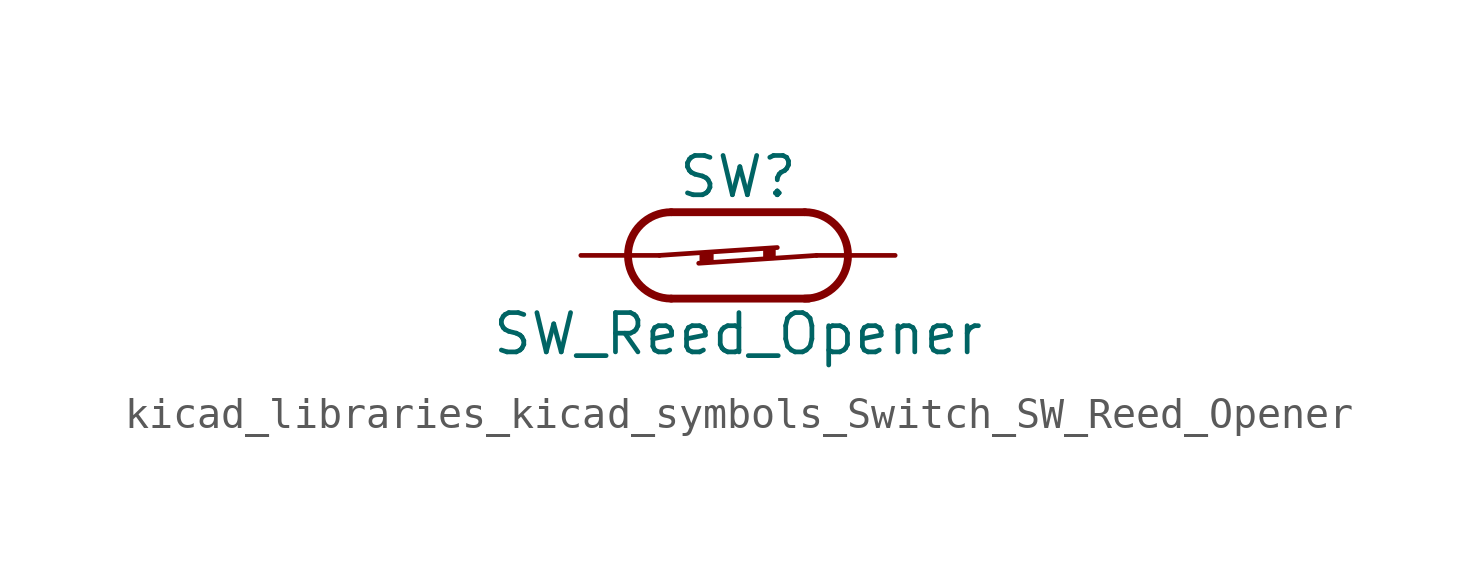
<source format=kicad_sym>
(kicad_symbol_lib
  (version 20220914)
  (generator kicad_symbol_editor)
  (symbol "kicad_libraries_kicad_symbols_Switch_SW_Reed_Opener"
    (pin_numbers hide)
    (pin_names
      (offset 0) hide)
    (property "Reference" "SW"
      (at 0 2.54 0)
      (effects (font (size 1.27 1.27))))
    (property "Value" "SW_Reed_Opener"
      (at 0 -2.54 0)
      (effects (font (size 1.27 1.27))))
    (symbol "kicad_libraries_kicad_symbols_Switch_SW_Reed_Opener_0_0"
      (arc (start -2.159 1.397) (mid -3.55 0) (end -2.159 -1.397) (stroke (width 0.254) (type default)) (fill (type none)))
      (polyline (pts (xy -2.54 0) (xy 1.27 0.254)) (stroke (width 0) (type default)) (fill (type none)))
      (polyline (pts (xy -2.159 -1.397) (xy 2.286 -1.397)) (stroke (width 0.254) (type default)) (fill (type none)))
      (polyline (pts (xy 2.159 1.397) (xy -2.159 1.397)) (stroke (width 0.254) (type default)) (fill (type none)))
      (polyline (pts (xy 2.54 0) (xy -1.27 -0.254)) (stroke (width 0) (type default)) (fill (type none)))
      (arc (start 2.159 -1.397) (mid 3.55 0) (end 2.159 1.397) (stroke (width 0.254) (type default)) (fill (type none))))
    (symbol "kicad_libraries_kicad_symbols_Switch_SW_Reed_Opener_0_1"
      (rectangle (start -1.168 0.051) (end -0.864 -0.203) (stroke (width 0) (type default)) (fill (type outline)))
      (rectangle (start 0.889 0.178) (end 1.143 -0.076) (stroke (width 0) (type default)) (fill (type outline))))
    (symbol "kicad_libraries_kicad_symbols_Switch_SW_Reed_Opener_1_1"
      (pin passive line (at -5.08 0 0) (length 2.54) (name "1" (effects (font (size 1.27 1.27)))) (number "1" (effects (font (size 1.27 1.27)))))
      (pin passive line (at 5.08 0 180) (length 2.54) (name "2" (effects (font (size 1.27 1.27)))) (number "2" (effects (font (size 1.27 1.27))))))))
</source>
